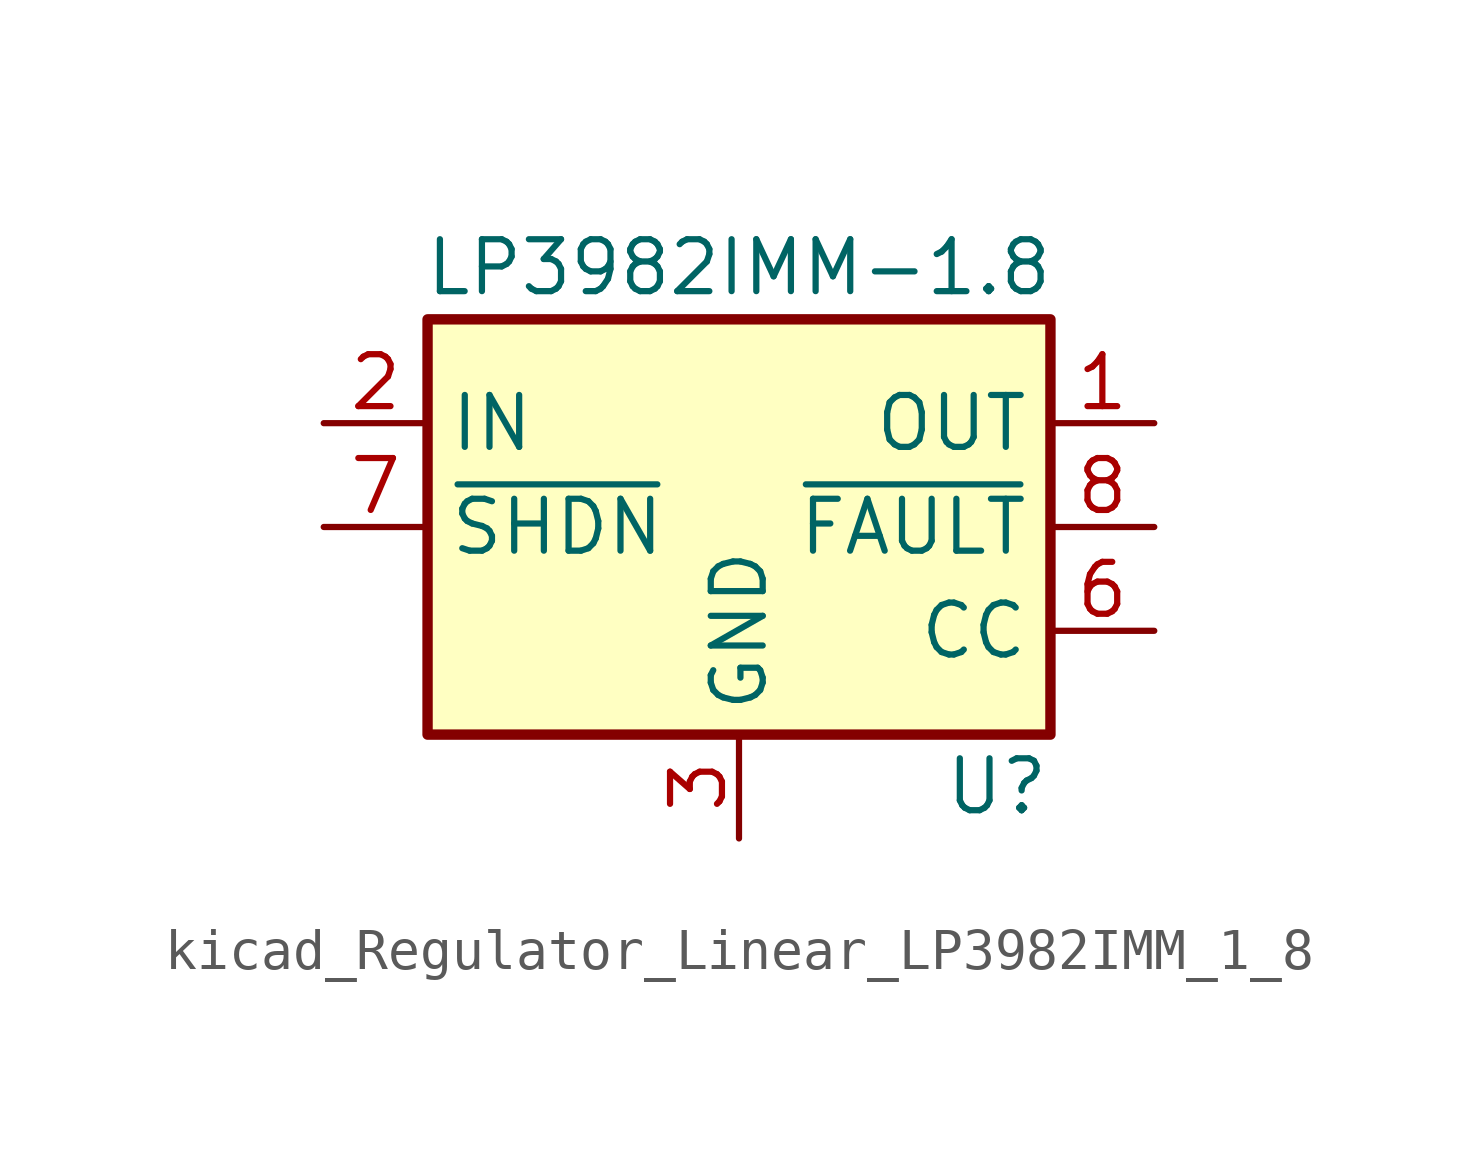
<source format=kicad_sym>
(kicad_symbol_lib
  (version 20220914)
  (generator kicad_symbol_editor)
  (symbol "kicad_Regulator_Linear_LP3982IMM_1_8"
    (property "Reference" "U"
      (at 7.62 -6.35 0)
      (effects (font (size 1.27 1.27)) (justify right)))
    (property "Value" "LP3982IMM-1.8"
      (at 0 6.35 0)
      (effects (font (size 1.27 1.27))))
    (symbol "kicad_Regulator_Linear_LP3982IMM_1_8_0_1"
      (rectangle (start -7.62 5.08) (end 7.62 -5.08) (stroke (width 0.254) (type default)) (fill (type background))))
    (symbol "kicad_Regulator_Linear_LP3982IMM_1_8_1_1"
      (pin power_out line (at 10.16 2.54 180) (length 2.54) (name "OUT" (effects (font (size 1.27 1.27)))) (number "1" (effects (font (size 1.27 1.27)))))
      (pin power_in line (at -10.16 2.54 0) (length 2.54) (name "IN" (effects (font (size 1.27 1.27)))) (number "2" (effects (font (size 1.27 1.27)))))
      (pin power_in line (at 0 -7.62 90) (length 2.54) (name "GND" (effects (font (size 1.27 1.27)))) (number "3" (effects (font (size 1.27 1.27)))))
      (pin passive line (at 10.16 2.54 180) (length 2.54) hide (name "OUT" (effects (font (size 1.27 1.27)))) (number "4" (effects (font (size 1.27 1.27)))))
      (pin no_connect line (at -7.62 -2.54 0) (length 2.54) hide (name "NC" (effects (font (size 1.27 1.27)))) (number "5" (effects (font (size 1.27 1.27)))))
      (pin passive line (at 10.16 -2.54 180) (length 2.54) (name "CC" (effects (font (size 1.27 1.27)))) (number "6" (effects (font (size 1.27 1.27)))))
      (pin input line (at -10.16 0 0) (length 2.54) (name "~{SHDN}" (effects (font (size 1.27 1.27)))) (number "7" (effects (font (size 1.27 1.27)))))
      (pin open_collector line (at 10.16 0 180) (length 2.54) (name "~{FAULT}" (effects (font (size 1.27 1.27)))) (number "8" (effects (font (size 1.27 1.27))))))))
</source>
